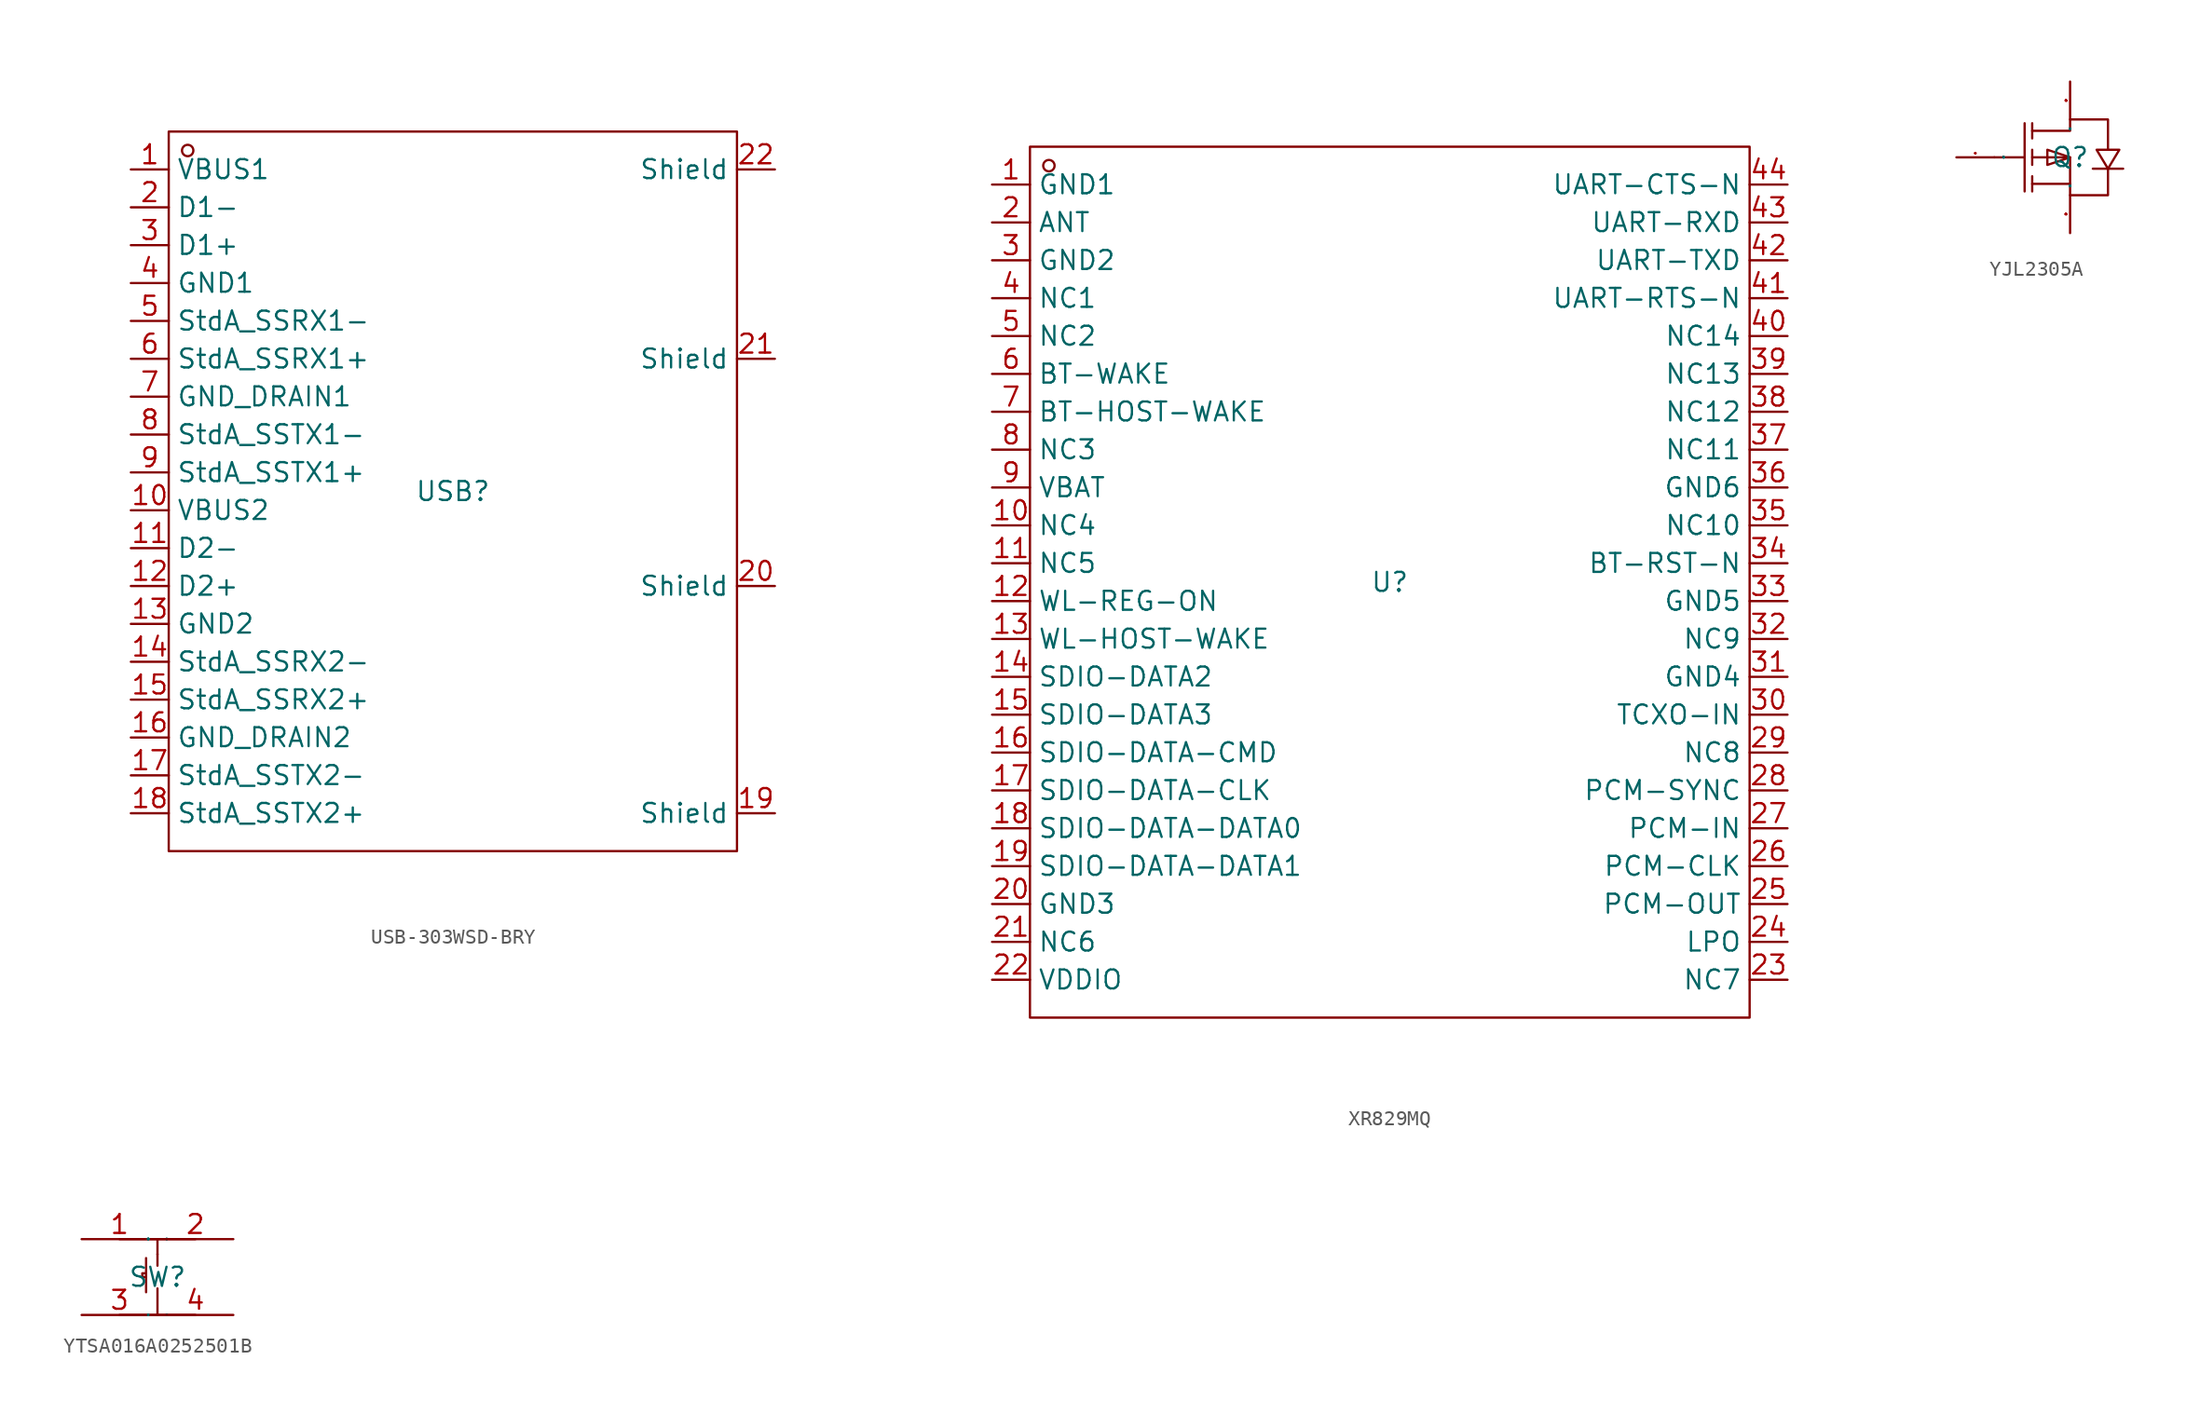
<source format=kicad_sym>
(kicad_symbol_lib
  (version 20231120)
  (generator "kicad_symbol_editor")
  (generator_version "8.0")
  (symbol "USB-303WSD-BRY"
    (property "Reference" "USB"
      (at 0 0 0)
      (effects (font (size 1.27 1.27))))
    (property "Value" ""
      (at 0 0 0)
      (effects (font (size 1.27 1.27))))
    (symbol "USB-303WSD-BRY_1_0"
      (rectangle (start -19.05 -24.13) (end 19.05 24.13) (stroke (width 0) (type default)) (fill (type none)))
      (circle (center -17.78 22.86) (radius 0.381) (stroke (width 0) (type default)) (fill (type none)))
      (pin unspecified line (at -21.59 21.59 0) (length 2.54) (name "VBUS1" (effects (font (size 1.27 1.27)))) (number "1" (effects (font (size 1.27 1.27)))))
      (pin unspecified line (at -21.59 -1.27 0) (length 2.54) (name "VBUS2" (effects (font (size 1.27 1.27)))) (number "10" (effects (font (size 1.27 1.27)))))
      (pin unspecified line (at -21.59 -3.81 0) (length 2.54) (name "D2-" (effects (font (size 1.27 1.27)))) (number "11" (effects (font (size 1.27 1.27)))))
      (pin unspecified line (at -21.59 -6.35 0) (length 2.54) (name "D2+" (effects (font (size 1.27 1.27)))) (number "12" (effects (font (size 1.27 1.27)))))
      (pin unspecified line (at -21.59 -8.89 0) (length 2.54) (name "GND2" (effects (font (size 1.27 1.27)))) (number "13" (effects (font (size 1.27 1.27)))))
      (pin unspecified line (at -21.59 -11.43 0) (length 2.54) (name "StdA_SSRX2-" (effects (font (size 1.27 1.27)))) (number "14" (effects (font (size 1.27 1.27)))))
      (pin unspecified line (at -21.59 -13.97 0) (length 2.54) (name "StdA_SSRX2+" (effects (font (size 1.27 1.27)))) (number "15" (effects (font (size 1.27 1.27)))))
      (pin unspecified line (at -21.59 -16.51 0) (length 2.54) (name "GND_DRAIN2" (effects (font (size 1.27 1.27)))) (number "16" (effects (font (size 1.27 1.27)))))
      (pin unspecified line (at -21.59 -19.05 0) (length 2.54) (name "StdA_SSTX2-" (effects (font (size 1.27 1.27)))) (number "17" (effects (font (size 1.27 1.27)))))
      (pin unspecified line (at -21.59 -21.59 0) (length 2.54) (name "StdA_SSTX2+" (effects (font (size 1.27 1.27)))) (number "18" (effects (font (size 1.27 1.27)))))
      (pin unspecified line (at 21.59 -21.59 180) (length 2.54) (name "Shield" (effects (font (size 1.27 1.27)))) (number "19" (effects (font (size 1.27 1.27)))))
      (pin unspecified line (at -21.59 19.05 0) (length 2.54) (name "D1-" (effects (font (size 1.27 1.27)))) (number "2" (effects (font (size 1.27 1.27)))))
      (pin unspecified line (at 21.59 -6.35 180) (length 2.54) (name "Shield" (effects (font (size 1.27 1.27)))) (number "20" (effects (font (size 1.27 1.27)))))
      (pin unspecified line (at 21.59 8.89 180) (length 2.54) (name "Shield" (effects (font (size 1.27 1.27)))) (number "21" (effects (font (size 1.27 1.27)))))
      (pin unspecified line (at 21.59 21.59 180) (length 2.54) (name "Shield" (effects (font (size 1.27 1.27)))) (number "22" (effects (font (size 1.27 1.27)))))
      (pin unspecified line (at -21.59 16.51 0) (length 2.54) (name "D1+" (effects (font (size 1.27 1.27)))) (number "3" (effects (font (size 1.27 1.27)))))
      (pin unspecified line (at -21.59 13.97 0) (length 2.54) (name "GND1" (effects (font (size 1.27 1.27)))) (number "4" (effects (font (size 1.27 1.27)))))
      (pin unspecified line (at -21.59 11.43 0) (length 2.54) (name "StdA_SSRX1-" (effects (font (size 1.27 1.27)))) (number "5" (effects (font (size 1.27 1.27)))))
      (pin unspecified line (at -21.59 8.89 0) (length 2.54) (name "StdA_SSRX1+" (effects (font (size 1.27 1.27)))) (number "6" (effects (font (size 1.27 1.27)))))
      (pin unspecified line (at -21.59 6.35 0) (length 2.54) (name "GND_DRAIN1" (effects (font (size 1.27 1.27)))) (number "7" (effects (font (size 1.27 1.27)))))
      (pin unspecified line (at -21.59 3.81 0) (length 2.54) (name "StdA_SSTX1-" (effects (font (size 1.27 1.27)))) (number "8" (effects (font (size 1.27 1.27)))))
      (pin unspecified line (at -21.59 1.27 0) (length 2.54) (name "StdA_SSTX1+" (effects (font (size 1.27 1.27)))) (number "9" (effects (font (size 1.27 1.27)))))))
  (symbol "XR829MQ"
    (property "Reference" "U"
      (at 0 0 0)
      (effects (font (size 1.27 1.27))))
    (property "Value" ""
      (at 0 0 0)
      (effects (font (size 1.27 1.27))))
    (symbol "XR829MQ_1_0"
      (rectangle (start -24.13 -29.21) (end 24.13 29.21) (stroke (width 0) (type default)) (fill (type none)))
      (circle (center -22.86 27.94) (radius 0.381) (stroke (width 0) (type default)) (fill (type none)))
      (pin input line (at -26.67 26.67 0) (length 2.54) (name "GND1" (effects (font (size 1.27 1.27)))) (number "1" (effects (font (size 1.27 1.27)))))
      (pin input line (at -26.67 3.81 0) (length 2.54) (name "NC4" (effects (font (size 1.27 1.27)))) (number "10" (effects (font (size 1.27 1.27)))))
      (pin input line (at -26.67 1.27 0) (length 2.54) (name "NC5" (effects (font (size 1.27 1.27)))) (number "11" (effects (font (size 1.27 1.27)))))
      (pin input line (at -26.67 -1.27 0) (length 2.54) (name "WL-REG-ON" (effects (font (size 1.27 1.27)))) (number "12" (effects (font (size 1.27 1.27)))))
      (pin input line (at -26.67 -3.81 0) (length 2.54) (name "WL-HOST-WAKE" (effects (font (size 1.27 1.27)))) (number "13" (effects (font (size 1.27 1.27)))))
      (pin input line (at -26.67 -6.35 0) (length 2.54) (name "SDIO-DATA2" (effects (font (size 1.27 1.27)))) (number "14" (effects (font (size 1.27 1.27)))))
      (pin input line (at -26.67 -8.89 0) (length 2.54) (name "SDIO-DATA3" (effects (font (size 1.27 1.27)))) (number "15" (effects (font (size 1.27 1.27)))))
      (pin input line (at -26.67 -11.43 0) (length 2.54) (name "SDIO-DATA-CMD" (effects (font (size 1.27 1.27)))) (number "16" (effects (font (size 1.27 1.27)))))
      (pin input line (at -26.67 -13.97 0) (length 2.54) (name "SDIO-DATA-CLK" (effects (font (size 1.27 1.27)))) (number "17" (effects (font (size 1.27 1.27)))))
      (pin input line (at -26.67 -16.51 0) (length 2.54) (name "SDIO-DATA-DATA0" (effects (font (size 1.27 1.27)))) (number "18" (effects (font (size 1.27 1.27)))))
      (pin input line (at -26.67 -19.05 0) (length 2.54) (name "SDIO-DATA-DATA1" (effects (font (size 1.27 1.27)))) (number "19" (effects (font (size 1.27 1.27)))))
      (pin input line (at -26.67 24.13 0) (length 2.54) (name "ANT" (effects (font (size 1.27 1.27)))) (number "2" (effects (font (size 1.27 1.27)))))
      (pin input line (at -26.67 -21.59 0) (length 2.54) (name "GND3" (effects (font (size 1.27 1.27)))) (number "20" (effects (font (size 1.27 1.27)))))
      (pin input line (at -26.67 -24.13 0) (length 2.54) (name "NC6" (effects (font (size 1.27 1.27)))) (number "21" (effects (font (size 1.27 1.27)))))
      (pin input line (at -26.67 -26.67 0) (length 2.54) (name "VDDIO" (effects (font (size 1.27 1.27)))) (number "22" (effects (font (size 1.27 1.27)))))
      (pin input line (at 26.67 -26.67 180) (length 2.54) (name "NC7" (effects (font (size 1.27 1.27)))) (number "23" (effects (font (size 1.27 1.27)))))
      (pin input line (at 26.67 -24.13 180) (length 2.54) (name "LPO" (effects (font (size 1.27 1.27)))) (number "24" (effects (font (size 1.27 1.27)))))
      (pin input line (at 26.67 -21.59 180) (length 2.54) (name "PCM-OUT" (effects (font (size 1.27 1.27)))) (number "25" (effects (font (size 1.27 1.27)))))
      (pin input line (at 26.67 -19.05 180) (length 2.54) (name "PCM-CLK" (effects (font (size 1.27 1.27)))) (number "26" (effects (font (size 1.27 1.27)))))
      (pin input line (at 26.67 -16.51 180) (length 2.54) (name "PCM-IN" (effects (font (size 1.27 1.27)))) (number "27" (effects (font (size 1.27 1.27)))))
      (pin input line (at 26.67 -13.97 180) (length 2.54) (name "PCM-SYNC" (effects (font (size 1.27 1.27)))) (number "28" (effects (font (size 1.27 1.27)))))
      (pin input line (at 26.67 -11.43 180) (length 2.54) (name "NC8" (effects (font (size 1.27 1.27)))) (number "29" (effects (font (size 1.27 1.27)))))
      (pin input line (at -26.67 21.59 0) (length 2.54) (name "GND2" (effects (font (size 1.27 1.27)))) (number "3" (effects (font (size 1.27 1.27)))))
      (pin input line (at 26.67 -8.89 180) (length 2.54) (name "TCXO-IN" (effects (font (size 1.27 1.27)))) (number "30" (effects (font (size 1.27 1.27)))))
      (pin input line (at 26.67 -6.35 180) (length 2.54) (name "GND4" (effects (font (size 1.27 1.27)))) (number "31" (effects (font (size 1.27 1.27)))))
      (pin input line (at 26.67 -3.81 180) (length 2.54) (name "NC9" (effects (font (size 1.27 1.27)))) (number "32" (effects (font (size 1.27 1.27)))))
      (pin input line (at 26.67 -1.27 180) (length 2.54) (name "GND5" (effects (font (size 1.27 1.27)))) (number "33" (effects (font (size 1.27 1.27)))))
      (pin input line (at 26.67 1.27 180) (length 2.54) (name "BT-RST-N" (effects (font (size 1.27 1.27)))) (number "34" (effects (font (size 1.27 1.27)))))
      (pin input line (at 26.67 3.81 180) (length 2.54) (name "NC10" (effects (font (size 1.27 1.27)))) (number "35" (effects (font (size 1.27 1.27)))))
      (pin input line (at 26.67 6.35 180) (length 2.54) (name "GND6" (effects (font (size 1.27 1.27)))) (number "36" (effects (font (size 1.27 1.27)))))
      (pin input line (at 26.67 8.89 180) (length 2.54) (name "NC11" (effects (font (size 1.27 1.27)))) (number "37" (effects (font (size 1.27 1.27)))))
      (pin input line (at 26.67 11.43 180) (length 2.54) (name "NC12" (effects (font (size 1.27 1.27)))) (number "38" (effects (font (size 1.27 1.27)))))
      (pin input line (at 26.67 13.97 180) (length 2.54) (name "NC13" (effects (font (size 1.27 1.27)))) (number "39" (effects (font (size 1.27 1.27)))))
      (pin input line (at -26.67 19.05 0) (length 2.54) (name "NC1" (effects (font (size 1.27 1.27)))) (number "4" (effects (font (size 1.27 1.27)))))
      (pin input line (at 26.67 16.51 180) (length 2.54) (name "NC14" (effects (font (size 1.27 1.27)))) (number "40" (effects (font (size 1.27 1.27)))))
      (pin input line (at 26.67 19.05 180) (length 2.54) (name "UART-RTS-N" (effects (font (size 1.27 1.27)))) (number "41" (effects (font (size 1.27 1.27)))))
      (pin input line (at 26.67 21.59 180) (length 2.54) (name "UART-TXD" (effects (font (size 1.27 1.27)))) (number "42" (effects (font (size 1.27 1.27)))))
      (pin input line (at 26.67 24.13 180) (length 2.54) (name "UART-RXD" (effects (font (size 1.27 1.27)))) (number "43" (effects (font (size 1.27 1.27)))))
      (pin input line (at 26.67 26.67 180) (length 2.54) (name "UART-CTS-N" (effects (font (size 1.27 1.27)))) (number "44" (effects (font (size 1.27 1.27)))))
      (pin input line (at -26.67 16.51 0) (length 2.54) (name "NC2" (effects (font (size 1.27 1.27)))) (number "5" (effects (font (size 1.27 1.27)))))
      (pin input line (at -26.67 13.97 0) (length 2.54) (name "BT-WAKE" (effects (font (size 1.27 1.27)))) (number "6" (effects (font (size 1.27 1.27)))))
      (pin input line (at -26.67 11.43 0) (length 2.54) (name "BT-HOST-WAKE" (effects (font (size 1.27 1.27)))) (number "7" (effects (font (size 1.27 1.27)))))
      (pin input line (at -26.67 8.89 0) (length 2.54) (name "NC3" (effects (font (size 1.27 1.27)))) (number "8" (effects (font (size 1.27 1.27)))))
      (pin input line (at -26.67 6.35 0) (length 2.54) (name "VBAT" (effects (font (size 1.27 1.27)))) (number "9" (effects (font (size 1.27 1.27)))))))
  (symbol "YJL2305A"
    (property "Reference" "Q"
      (at 0 0 0)
      (effects (font (size 1.27 1.27))))
    (property "Value" ""
      (at 0 0 0)
      (effects (font (size 1.27 1.27))))
    (symbol "YJL2305A_1_0"
      (polyline (pts (xy -5.08 0) (xy -3.048 0)) (stroke (width 0) (type default)) (fill (type none)))
      (polyline (pts (xy -3.048 2.286) (xy -3.048 -2.286)) (stroke (width 0) (type default)) (fill (type none)))
      (polyline (pts (xy -2.54 -2.286) (xy -2.54 -1.27)) (stroke (width 0) (type default)) (fill (type none)))
      (polyline (pts (xy -2.54 -0.508) (xy -2.54 0.508)) (stroke (width 0) (type default)) (fill (type none)))
      (polyline (pts (xy -2.54 2.286) (xy -2.54 1.27)) (stroke (width 0) (type default)) (fill (type none)))
      (polyline (pts (xy 0 -1.778) (xy -2.54 -1.778)) (stroke (width 0) (type default)) (fill (type none)))
      (polyline (pts (xy 0 0) (xy -1.524 -0.508) (xy -1.524 -0.508) (xy -1.524 0.508) (xy -1.524 0.508) (xy 0 0)) (stroke (width 0) (type default)) (fill (type none)))
      (polyline (pts (xy 2.54 -0.762) (xy 1.778 0.508) (xy 1.778 0.508) (xy 3.302 0.508) (xy 3.302 0.508) (xy 2.54 -0.762)) (stroke (width 0) (type default)) (fill (type none)))
      (polyline (pts (xy 3.556 -0.762) (xy 3.048 -0.762) (xy 3.048 -0.762) (xy 2.032 -0.762) (xy 2.032 -0.762) (xy 1.524 -0.762)) (stroke (width 0) (type default)) (fill (type none)))
      (polyline (pts (xy -2.54 0) (xy 0 0) (xy 0 0) (xy 0 -2.54) (xy 0 -2.54) (xy 2.54 -2.54) (xy 2.54 -2.54) (xy 2.54 -0.762)) (stroke (width 0) (type default)) (fill (type none)))
      (polyline (pts (xy -2.54 1.778) (xy 0 1.778) (xy 0 1.778) (xy 0 2.54) (xy 0 2.54) (xy 2.54 2.54) (xy 2.54 2.54) (xy 2.54 0.508)) (stroke (width 0) (type default)) (fill (type none)))
      (pin unspecified line (at -7.62 0 0) (length 2.54) (name "G" (effects (font (size 0.025 0.025)))) (number "1" (effects (font (size 0.025 0.025)))))
      (pin unspecified line (at 0 -5.08 90) (length 2.54) (name "S" (effects (font (size 0.025 0.025)))) (number "2" (effects (font (size 0.025 0.025)))))
      (pin unspecified line (at 0 5.08 270) (length 2.54) (name "D" (effects (font (size 0.025 0.025)))) (number "3" (effects (font (size 0.025 0.025)))))))
  (symbol "YTSA016A0252501B"
    (property "Reference" "SW"
      (at 0 0 0)
      (effects (font (size 1.27 1.27))))
    (property "Value" ""
      (at 0 0 0)
      (effects (font (size 1.27 1.27))))
    (symbol "YTSA016A0252501B_1_0"
      (polyline (pts (xy -2.54 -2.54) (xy 2.54 -2.54)) (stroke (width 0) (type default)) (fill (type none)))
      (polyline (pts (xy -2.54 2.54) (xy 2.54 2.54)) (stroke (width 0) (type default)) (fill (type none)))
      (polyline (pts (xy -0.762 1.27) (xy -0.762 -1.016)) (stroke (width 0) (type default)) (fill (type none)))
      (polyline (pts (xy 0 -2.54) (xy 0 -0.762)) (stroke (width 0) (type default)) (fill (type none)))
      (polyline (pts (xy 0 1.524) (xy 0 0.762)) (stroke (width 0) (type default)) (fill (type none)))
      (polyline (pts (xy 0 2.54) (xy 0 1.524)) (stroke (width 0) (type default)) (fill (type none)))
      (polyline (pts (xy -0.762 0.254) (xy -1.016 0.254) (xy -1.016 0.254) (xy -1.016 0) (xy -1.016 0) (xy -0.762 0)) (stroke (width 0) (type default)) (fill (type none)))
      (pin unspecified line (at -5.08 2.54 0) (length 5.08) (name "1" (effects (font (size 0.025 0.025)))) (number "1" (effects (font (size 1.27 1.27)))))
      (pin unspecified line (at 5.08 2.54 180) (length 5.08) (name "2" (effects (font (size 0.025 0.025)))) (number "2" (effects (font (size 1.27 1.27)))))
      (pin unspecified line (at -5.08 -2.54 0) (length 5.08) (name "3" (effects (font (size 0.025 0.025)))) (number "3" (effects (font (size 1.27 1.27)))))
      (pin unspecified line (at 5.08 -2.54 180) (length 5.08) (name "4" (effects (font (size 0.025 0.025)))) (number "4" (effects (font (size 1.27 1.27))))))))
</source>
